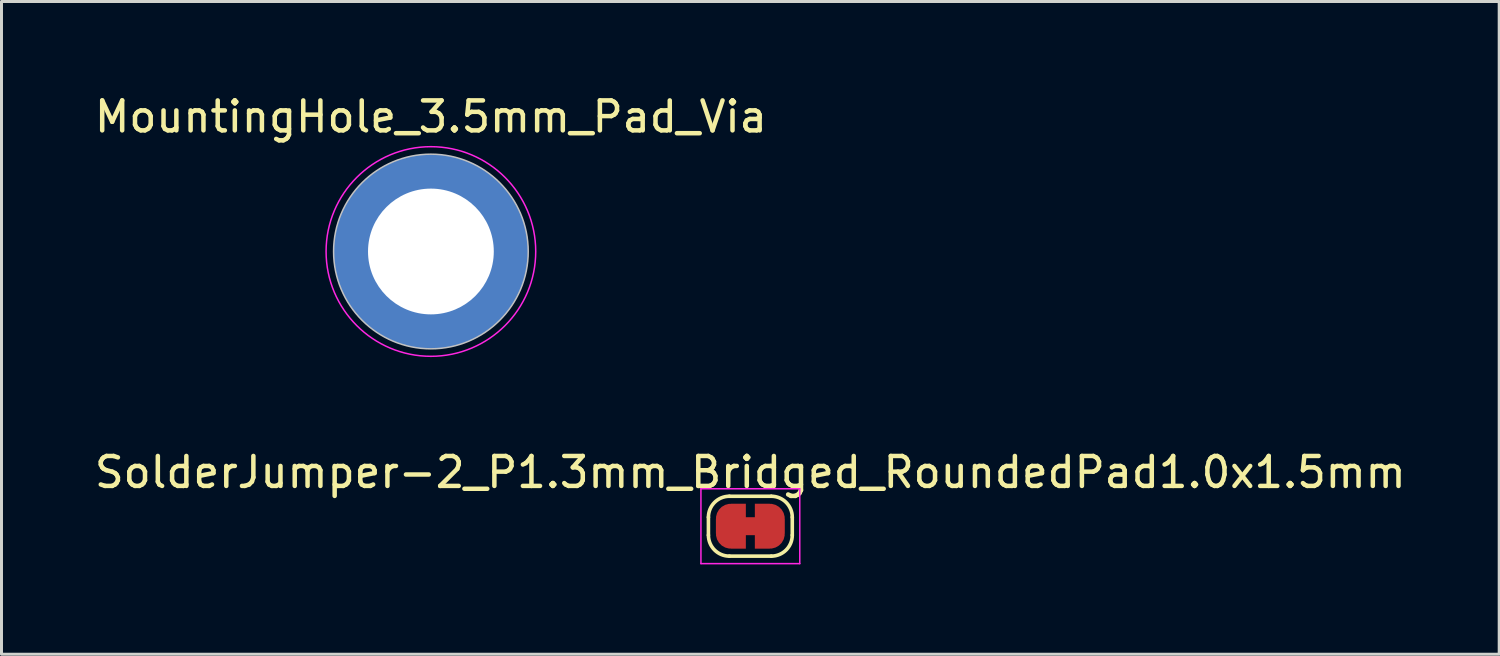
<source format=kicad_pcb>
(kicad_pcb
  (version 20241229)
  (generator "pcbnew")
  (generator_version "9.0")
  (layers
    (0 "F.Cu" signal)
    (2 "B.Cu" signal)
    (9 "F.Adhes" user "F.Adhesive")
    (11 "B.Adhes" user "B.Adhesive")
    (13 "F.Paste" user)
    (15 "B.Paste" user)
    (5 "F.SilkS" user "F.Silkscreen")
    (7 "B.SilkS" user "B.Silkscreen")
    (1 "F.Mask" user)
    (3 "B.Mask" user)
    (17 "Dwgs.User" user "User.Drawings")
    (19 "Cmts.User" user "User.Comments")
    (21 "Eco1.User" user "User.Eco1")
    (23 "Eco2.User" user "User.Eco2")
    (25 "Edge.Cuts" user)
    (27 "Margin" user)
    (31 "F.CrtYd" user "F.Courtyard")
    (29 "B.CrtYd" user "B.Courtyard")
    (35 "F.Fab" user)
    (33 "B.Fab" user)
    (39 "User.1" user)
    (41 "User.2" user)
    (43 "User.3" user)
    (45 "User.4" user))
  (footprint "MountingHole_3.5mm_Pad_Via"
    (layer "F.Cu")
    (at 11.339 5.348)
    (property "Reference" "MountingHole_3.5mm_Pad_Via" (at 0 -4.5 0) (layer "F.SilkS") (effects (font (size 1 1) (thickness 0.15))))
    (attr exclude_from_pos_files exclude_from_bom dnp)
    (fp_circle (center 0 0) (end 3.25 0) (stroke (width 0.05) (type solid)) (fill no) (layer "Dwgs.User"))
    (fp_circle (center 0 0) (end 3.5 0) (stroke (width 0.05) (type solid)) (fill no) (layer "F.CrtYd"))
    (pad "1" thru_hole circle (at 0 0) (size 6.5 6.5) (drill 4.2) (layers "*.Cu" "*.Mask" "F.Paste")))
  (footprint "SolderJumper-2_P1.3mm_Bridged_RoundedPad1.0x1.5mm"
    (layer "F.Cu")
    (at 22.006 14.521)
    (property "Reference" "SolderJumper-2_P1.3mm_Bridged_RoundedPad1.0x1.5mm" (at 0 -1.8 0) (layer "F.SilkS") (effects (font (size 1 1) (thickness 0.15))))
    (attr exclude_from_pos_files exclude_from_bom)
    (fp_poly (pts (xy 0.25 -0.3) (xy -0.25 -0.3) (xy -0.25 0.3) (xy 0.25 0.3)) (stroke (width 0) (type solid)) (fill yes) (layer "F.Cu"))
    (fp_line (start -1.4 0.3) (end -1.4 -0.3) (stroke (width 0.12) (type solid)) (layer "F.SilkS"))
    (fp_line (start -0.7 -1) (end 0.7 -1) (stroke (width 0.12) (type solid)) (layer "F.SilkS"))
    (fp_line (start 0.7 1) (end -0.7 1) (stroke (width 0.12) (type solid)) (layer "F.SilkS"))
    (fp_line (start 1.4 -0.3) (end 1.4 0.3) (stroke (width 0.12) (type solid)) (layer "F.SilkS"))
    (fp_arc (start -1.4 -0.3) (mid -1.194975 -0.794975) (end -0.7 -1) (stroke (width 0.12) (type solid)) (layer "F.SilkS"))
    (fp_arc (start -0.7 1) (mid -1.194975 0.794975) (end -1.4 0.3) (stroke (width 0.12) (type solid)) (layer "F.SilkS"))
    (fp_arc (start 0.7 -1) (mid 1.194975 -0.794975) (end 1.4 -0.3) (stroke (width 0.12) (type solid)) (layer "F.SilkS"))
    (fp_arc (start 1.4 0.3) (mid 1.194975 0.794975) (end 0.7 1) (stroke (width 0.12) (type solid)) (layer "F.SilkS"))
    (fp_line (start -1.65 -1.25) (end -1.65 1.25) (stroke (width 0.05) (type solid)) (layer "F.CrtYd"))
    (fp_line (start -1.65 -1.25) (end 1.65 -1.25) (stroke (width 0.05) (type solid)) (layer "F.CrtYd"))
    (fp_line (start 1.65 1.25) (end -1.65 1.25) (stroke (width 0.05) (type solid)) (layer "F.CrtYd"))
    (fp_line (start 1.65 1.25) (end 1.65 -1.25) (stroke (width 0.05) (type solid)) (layer "F.CrtYd"))
    (pad "1" smd custom (at -0.65 0) (size 1 0.5) (layers "F.Cu" "F.Mask") (options (anchor rect)) (primitives (gr_circle (center 0 0.25) (end 0.5 0.25) (width 0) (fill yes)) (gr_circle (center 0 -0.25) (end 0.5 -0.25) (width 0) (fill yes)) (gr_poly (pts (xy 0 -0.75) (xy 0.5 -0.75) (xy 0.5 0.75) (xy 0 0.75)) (width 0) (fill yes))))
    (pad "2" smd custom (at 0.65 0) (size 1 0.5) (layers "F.Cu" "F.Mask") (options (anchor rect)) (primitives (gr_circle (center 0 0.25) (end 0.5 0.25) (width 0) (fill yes)) (gr_circle (center 0 -0.25) (end 0.5 -0.25) (width 0) (fill yes)) (gr_poly (pts (xy 0 -0.75) (xy -0.5 -0.75) (xy -0.5 0.75) (xy 0 0.75)) (width 0) (fill yes)))))
  (gr_rect
    (start -3 -3)
    (end 47.012 18.797)
    (stroke (width 0.1) (type default))
    (fill no)
    (layer "Edge.Cuts")))
</source>
